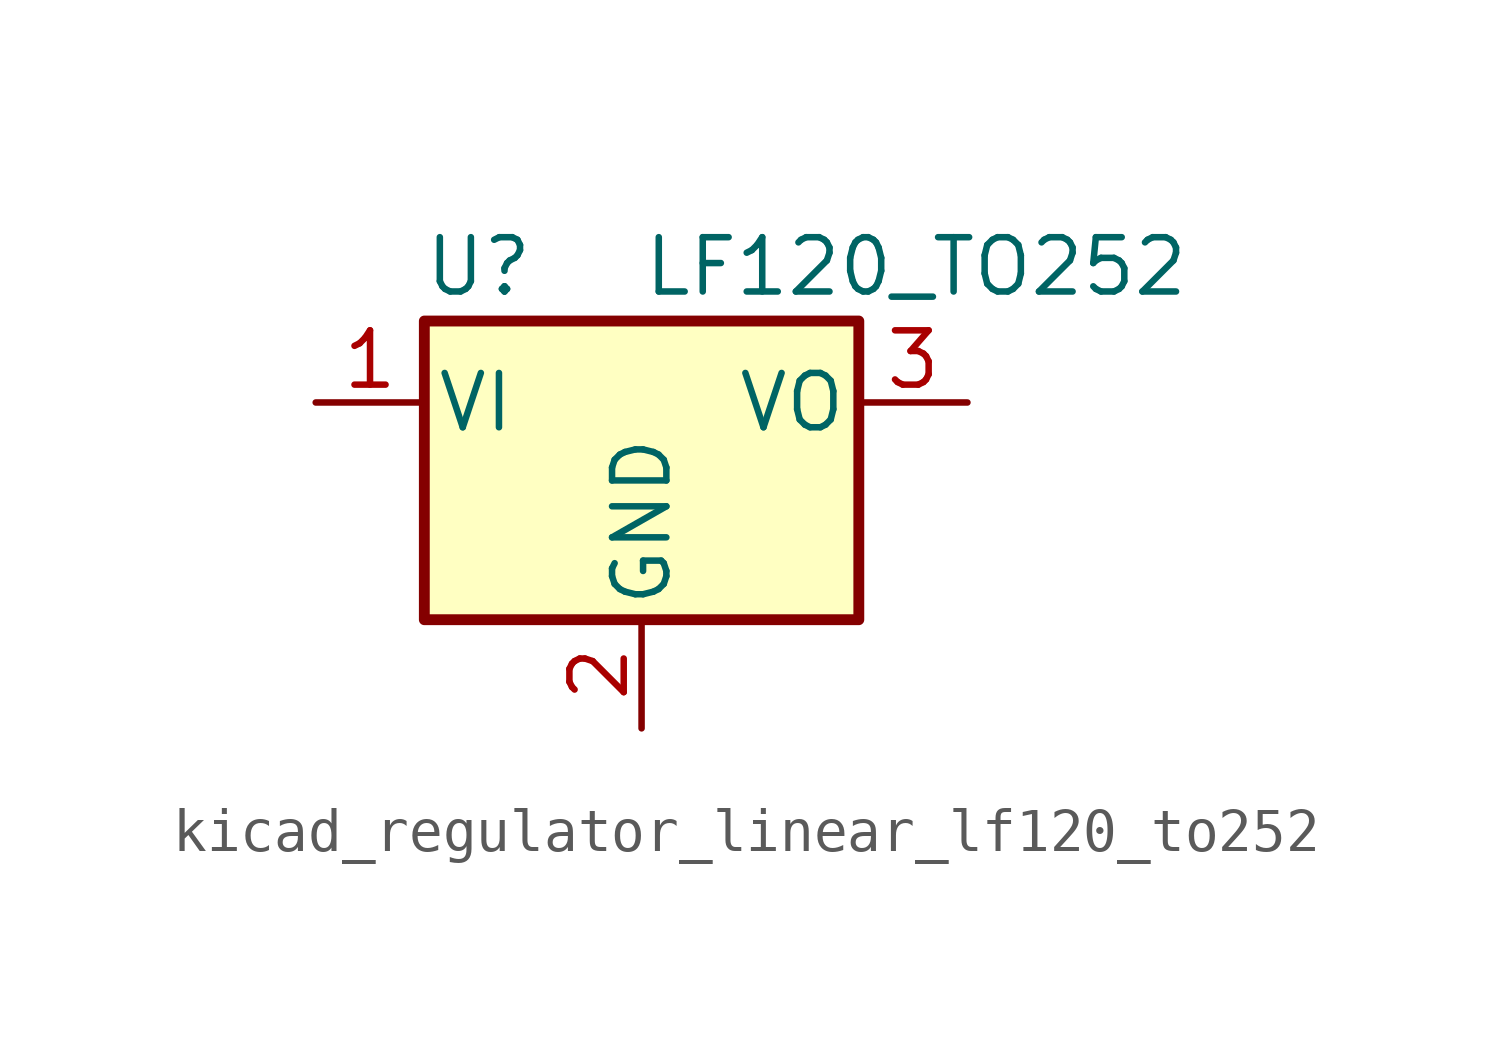
<source format=kicad_sym>
(kicad_symbol_lib
  (version 20220914)
  (generator kicad_symbol_editor)
  (symbol "kicad_regulator_linear_lf120_to252"
    (pin_names
      (offset 0.254))
    (property "Reference" "U"
      (at -3.81 3.175 0)
      (effects (font (size 1.27 1.27))))
    (property "Value" "LF120_TO252"
      (at 0 3.175 0)
      (effects (font (size 1.27 1.27)) (justify left)))
    (symbol "kicad_regulator_linear_lf120_to252_0_1"
      (rectangle (start -5.08 1.905) (end 5.08 -5.08) (stroke (width 0.254) (type default)) (fill (type background))))
    (symbol "kicad_regulator_linear_lf120_to252_1_1"
      (pin power_in line (at -7.62 0 0) (length 2.54) (name "VI" (effects (font (size 1.27 1.27)))) (number "1" (effects (font (size 1.27 1.27)))))
      (pin power_in line (at 0 -7.62 90) (length 2.54) (name "GND" (effects (font (size 1.27 1.27)))) (number "2" (effects (font (size 1.27 1.27)))))
      (pin power_out line (at 7.62 0 180) (length 2.54) (name "VO" (effects (font (size 1.27 1.27)))) (number "3" (effects (font (size 1.27 1.27))))))))
</source>
